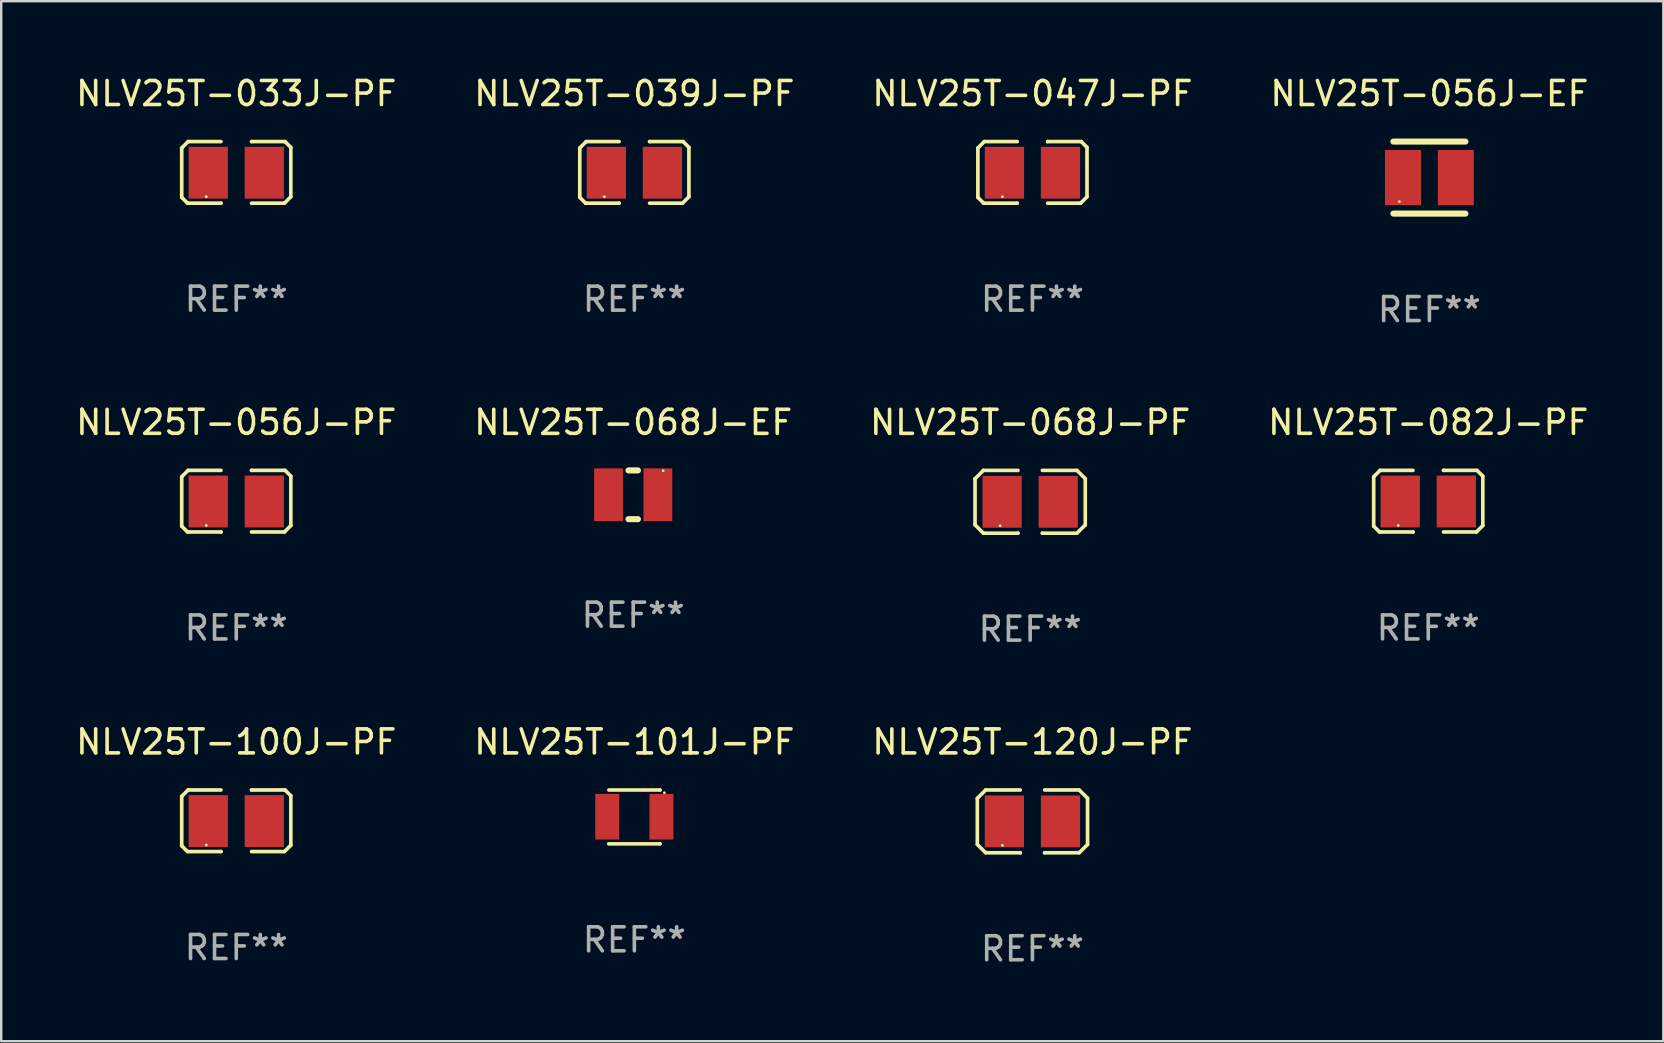
<source format=kicad_pcb>
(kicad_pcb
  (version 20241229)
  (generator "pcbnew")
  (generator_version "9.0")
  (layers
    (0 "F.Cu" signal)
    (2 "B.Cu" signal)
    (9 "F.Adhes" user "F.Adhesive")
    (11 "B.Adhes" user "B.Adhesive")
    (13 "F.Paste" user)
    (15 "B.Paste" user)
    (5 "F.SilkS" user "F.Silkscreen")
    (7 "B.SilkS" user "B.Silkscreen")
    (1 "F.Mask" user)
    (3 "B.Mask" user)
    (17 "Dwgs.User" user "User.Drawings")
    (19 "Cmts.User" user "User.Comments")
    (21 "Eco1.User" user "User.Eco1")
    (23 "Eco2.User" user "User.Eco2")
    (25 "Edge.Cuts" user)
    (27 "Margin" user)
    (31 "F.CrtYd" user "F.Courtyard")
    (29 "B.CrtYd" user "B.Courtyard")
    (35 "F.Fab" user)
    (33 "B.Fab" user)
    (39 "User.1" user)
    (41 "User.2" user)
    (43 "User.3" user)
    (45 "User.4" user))
  (footprint "NLV25T-082J-PF"
    (layer "F.Cu")
    (at 56.446 17.827)
    (property "Reference" "NLV25T-082J-PF" (at 0 -3.283 0) (layer "F.SilkS") (effects (font (size 1 1) (thickness 0.15))))
    (attr through_hole)
    (fp_line (start -2.273 -1.016) (end -2.007 -1.283) (stroke (width 0.152) (type solid)) (layer "F.SilkS"))
    (fp_line (start -2.273 1.041) (end -2.273 -1.016) (stroke (width 0.152) (type solid)) (layer "F.SilkS"))
    (fp_line (start -2.032 1.283) (end -2.273 1.041) (stroke (width 0.152) (type solid)) (layer "F.SilkS"))
    (fp_line (start -2.007 -1.283) (end -0.635 -1.283) (stroke (width 0.152) (type solid)) (layer "F.SilkS"))
    (fp_line (start -0.635 1.283) (end -2.032 1.283) (stroke (width 0.152) (type solid)) (layer "F.SilkS"))
    (fp_line (start -0.635 1.283) (end -0.635 1.283) (stroke (width 0.152) (type solid)) (layer "F.SilkS"))
    (fp_line (start 0.635 -1.283) (end 0.635 -1.283) (stroke (width 0.152) (type solid)) (layer "F.SilkS"))
    (fp_line (start 0.635 -1.283) (end 2.032 -1.283) (stroke (width 0.152) (type solid)) (layer "F.SilkS"))
    (fp_line (start 2.007 1.283) (end 0.635 1.283) (stroke (width 0.152) (type solid)) (layer "F.SilkS"))
    (fp_line (start 2.032 -1.283) (end 2.273 -1.041) (stroke (width 0.152) (type solid)) (layer "F.SilkS"))
    (fp_line (start 2.273 -1.041) (end 2.273 1.016) (stroke (width 0.152) (type solid)) (layer "F.SilkS"))
    (fp_line (start 2.273 1.016) (end 2.007 1.283) (stroke (width 0.152) (type solid)) (layer "F.SilkS"))
    (fp_circle (center -1.25 1.013) (end -1.22 1.013) (stroke (width 0.06) (type solid)) (fill no) (layer "F.SilkS"))
    (fp_text user "REF**" (at 0 5.283 0) (layer "F.Fab") (effects (font (size 1 1) (thickness 0.15))))
    (pad "1" smd rect (at -1.167 0.013) (size 1.635 2.16) (layers "F.Cu" "F.Mask" "F.Paste"))
    (pad "2" smd rect (at 1.168 0.013) (size 1.635 2.16) (layers "F.Cu" "F.Mask" "F.Paste")))
  (footprint "NLV25T-068J-EF"
    (layer "F.Cu")
    (at 23.327 17.561)
    (property "Reference" "NLV25T-068J-EF" (at 0 -3.016 0) (layer "F.SilkS") (effects (font (size 1 1) (thickness 0.15))))
    (attr through_hole)
    (fp_line (start -0.197 1.016) (end 0.197 1.016) (stroke (width 0.254) (type solid)) (layer "F.SilkS"))
    (fp_line (start 0.197 -1.016) (end -0.197 -1.016) (stroke (width 0.254) (type solid)) (layer "F.SilkS"))
    (fp_circle (center 1.25 -1) (end 1.28 -1) (stroke (width 0.06) (type solid)) (fill no) (layer "F.SilkS"))
    (fp_text user "REF**" (at 0 5.016 0) (layer "F.Fab") (effects (font (size 1 1) (thickness 0.15))))
    (pad "1" smd rect (at 1.028 0) (size 1.2 2.2) (layers "F.Cu" "F.Mask" "F.Paste"))
    (pad "2" smd rect (at -1.028 0) (size 1.2 2.2) (layers "F.Cu" "F.Mask" "F.Paste")))
  (footprint "NLV25T-068J-PF"
    (layer "F.Cu")
    (at 39.863 17.853)
    (property "Reference" "NLV25T-068J-PF" (at 0 -3.308 0) (layer "F.SilkS") (effects (font (size 1 1) (thickness 0.15))))
    (attr through_hole)
    (fp_line (start -2.296 -0.96) (end -1.948 -1.308) (stroke (width 0.152) (type solid)) (layer "F.SilkS"))
    (fp_line (start -2.296 0.96) (end -2.296 -0.96) (stroke (width 0.152) (type solid)) (layer "F.SilkS"))
    (fp_line (start -1.948 -1.308) (end -0.508 -1.308) (stroke (width 0.152) (type solid)) (layer "F.SilkS"))
    (fp_line (start -1.948 1.308) (end -2.296 0.96) (stroke (width 0.152) (type solid)) (layer "F.SilkS"))
    (fp_line (start -0.508 1.308) (end -1.948 1.308) (stroke (width 0.152) (type solid)) (layer "F.SilkS"))
    (fp_line (start -0.508 1.308) (end -0.508 1.308) (stroke (width 0.152) (type solid)) (layer "F.SilkS"))
    (fp_line (start 0.508 1.308) (end 0.508 1.308) (stroke (width 0.152) (type solid)) (layer "F.SilkS"))
    (fp_line (start 0.508 1.308) (end 1.948 1.308) (stroke (width 0.152) (type solid)) (layer "F.SilkS"))
    (fp_line (start 1.948 -1.308) (end 0.508 -1.308) (stroke (width 0.152) (type solid)) (layer "F.SilkS"))
    (fp_line (start 1.948 1.308) (end 2.296 0.963) (stroke (width 0.152) (type solid)) (layer "F.SilkS"))
    (fp_line (start 2.296 -0.963) (end 1.948 -1.308) (stroke (width 0.152) (type solid)) (layer "F.SilkS"))
    (fp_line (start 2.296 0.963) (end 2.296 -0.963) (stroke (width 0.152) (type solid)) (layer "F.SilkS"))
    (fp_circle (center -1.25 1) (end -1.22 1) (stroke (width 0.06) (type solid)) (fill no) (layer "F.SilkS"))
    (fp_text user "REF**" (at 0 5.308 0) (layer "F.Fab") (effects (font (size 1 1) (thickness 0.15))))
    (pad "1" smd rect (at -1.168 0.000025) (size 1.635 2.16) (layers "F.Cu" "F.Mask" "F.Paste"))
    (pad "2" smd rect (at 1.168 0.000025) (size 1.635 2.16) (layers "F.Cu" "F.Mask" "F.Paste")))
  (footprint "NLV25T-056J-EF"
    (layer "F.Cu")
    (at 56.494 4.348)
    (property "Reference" "NLV25T-056J-EF" (at 0 -3.5 0) (layer "F.SilkS") (effects (font (size 1 1) (thickness 0.15))))
    (attr through_hole)
    (fp_line (start -1.5 -1.5) (end 1.5 -1.5) (stroke (width 0.254) (type solid)) (layer "F.SilkS"))
    (fp_line (start 1.5 1.5) (end -1.5 1.5) (stroke (width 0.254) (type solid)) (layer "F.SilkS"))
    (fp_circle (center -1.25 1) (end -1.22 1) (stroke (width 0.06) (type solid)) (fill no) (layer "F.SilkS"))
    (fp_text user "REF**" (at 0 5.5 0) (layer "F.Fab") (effects (font (size 1 1) (thickness 0.15))))
    (pad "1" smd rect (at -1.1 0 90) (size 2.3 1.5) (layers "F.Cu" "F.Mask" "F.Paste"))
    (pad "2" smd rect (at 1.1 0 90) (size 2.3 1.5) (layers "F.Cu" "F.Mask" "F.Paste")))
  (footprint "NLV25T-100J-PF"
    (layer "F.Cu")
    (at 6.792 31.14)
    (property "Reference" "NLV25T-100J-PF" (at 0 -3.283 0) (layer "F.SilkS") (effects (font (size 1 1) (thickness 0.15))))
    (attr through_hole)
    (fp_line (start -2.273 -1.016) (end -2.007 -1.283) (stroke (width 0.152) (type solid)) (layer "F.SilkS"))
    (fp_line (start -2.273 1.041) (end -2.273 -1.016) (stroke (width 0.152) (type solid)) (layer "F.SilkS"))
    (fp_line (start -2.032 1.283) (end -2.273 1.041) (stroke (width 0.152) (type solid)) (layer "F.SilkS"))
    (fp_line (start -2.007 -1.283) (end -0.635 -1.283) (stroke (width 0.152) (type solid)) (layer "F.SilkS"))
    (fp_line (start -0.635 1.283) (end -2.032 1.283) (stroke (width 0.152) (type solid)) (layer "F.SilkS"))
    (fp_line (start -0.635 1.283) (end -0.635 1.283) (stroke (width 0.152) (type solid)) (layer "F.SilkS"))
    (fp_line (start 0.635 -1.283) (end 0.635 -1.283) (stroke (width 0.152) (type solid)) (layer "F.SilkS"))
    (fp_line (start 0.635 -1.283) (end 2.032 -1.283) (stroke (width 0.152) (type solid)) (layer "F.SilkS"))
    (fp_line (start 2.007 1.283) (end 0.635 1.283) (stroke (width 0.152) (type solid)) (layer "F.SilkS"))
    (fp_line (start 2.032 -1.283) (end 2.273 -1.041) (stroke (width 0.152) (type solid)) (layer "F.SilkS"))
    (fp_line (start 2.273 -1.041) (end 2.273 1.016) (stroke (width 0.152) (type solid)) (layer "F.SilkS"))
    (fp_line (start 2.273 1.016) (end 2.007 1.283) (stroke (width 0.152) (type solid)) (layer "F.SilkS"))
    (fp_circle (center -1.25 1.013) (end -1.22 1.013) (stroke (width 0.06) (type solid)) (fill no) (layer "F.SilkS"))
    (fp_text user "REF**" (at 0 5.283 0) (layer "F.Fab") (effects (font (size 1 1) (thickness 0.15))))
    (pad "1" smd rect (at -1.167 0.013) (size 1.635 2.16) (layers "F.Cu" "F.Mask" "F.Paste"))
    (pad "2" smd rect (at 1.168 0.013) (size 1.635 2.16) (layers "F.Cu" "F.Mask" "F.Paste")))
  (footprint "NLV25T-047J-PF"
    (layer "F.Cu")
    (at 39.958 4.131)
    (property "Reference" "NLV25T-047J-PF" (at 0 -3.283 0) (layer "F.SilkS") (effects (font (size 1 1) (thickness 0.15))))
    (attr through_hole)
    (fp_line (start -2.273 -1.016) (end -2.007 -1.283) (stroke (width 0.152) (type solid)) (layer "F.SilkS"))
    (fp_line (start -2.273 1.041) (end -2.273 -1.016) (stroke (width 0.152) (type solid)) (layer "F.SilkS"))
    (fp_line (start -2.032 1.283) (end -2.273 1.041) (stroke (width 0.152) (type solid)) (layer "F.SilkS"))
    (fp_line (start -2.007 -1.283) (end -0.635 -1.283) (stroke (width 0.152) (type solid)) (layer "F.SilkS"))
    (fp_line (start -0.635 1.283) (end -2.032 1.283) (stroke (width 0.152) (type solid)) (layer "F.SilkS"))
    (fp_line (start -0.635 1.283) (end -0.635 1.283) (stroke (width 0.152) (type solid)) (layer "F.SilkS"))
    (fp_line (start 0.635 -1.283) (end 0.635 -1.283) (stroke (width 0.152) (type solid)) (layer "F.SilkS"))
    (fp_line (start 0.635 -1.283) (end 2.032 -1.283) (stroke (width 0.152) (type solid)) (layer "F.SilkS"))
    (fp_line (start 2.007 1.283) (end 0.635 1.283) (stroke (width 0.152) (type solid)) (layer "F.SilkS"))
    (fp_line (start 2.032 -1.283) (end 2.273 -1.041) (stroke (width 0.152) (type solid)) (layer "F.SilkS"))
    (fp_line (start 2.273 -1.041) (end 2.273 1.016) (stroke (width 0.152) (type solid)) (layer "F.SilkS"))
    (fp_line (start 2.273 1.016) (end 2.007 1.283) (stroke (width 0.152) (type solid)) (layer "F.SilkS"))
    (fp_circle (center -1.25 1.013) (end -1.22 1.013) (stroke (width 0.06) (type solid)) (fill no) (layer "F.SilkS"))
    (fp_text user "REF**" (at 0 5.283 0) (layer "F.Fab") (effects (font (size 1 1) (thickness 0.15))))
    (pad "1" smd rect (at -1.167 0.013) (size 1.635 2.16) (layers "F.Cu" "F.Mask" "F.Paste"))
    (pad "2" smd rect (at 1.168 0.013) (size 1.635 2.16) (layers "F.Cu" "F.Mask" "F.Paste")))
  (footprint "NLV25T-033J-PF"
    (layer "F.Cu")
    (at 6.792 4.131)
    (property "Reference" "NLV25T-033J-PF" (at 0 -3.283 0) (layer "F.SilkS") (effects (font (size 1 1) (thickness 0.15))))
    (attr through_hole)
    (fp_line (start -2.273 -1.016) (end -2.007 -1.283) (stroke (width 0.152) (type solid)) (layer "F.SilkS"))
    (fp_line (start -2.273 1.041) (end -2.273 -1.016) (stroke (width 0.152) (type solid)) (layer "F.SilkS"))
    (fp_line (start -2.032 1.283) (end -2.273 1.041) (stroke (width 0.152) (type solid)) (layer "F.SilkS"))
    (fp_line (start -2.007 -1.283) (end -0.635 -1.283) (stroke (width 0.152) (type solid)) (layer "F.SilkS"))
    (fp_line (start -0.635 1.283) (end -2.032 1.283) (stroke (width 0.152) (type solid)) (layer "F.SilkS"))
    (fp_line (start -0.635 1.283) (end -0.635 1.283) (stroke (width 0.152) (type solid)) (layer "F.SilkS"))
    (fp_line (start 0.635 -1.283) (end 0.635 -1.283) (stroke (width 0.152) (type solid)) (layer "F.SilkS"))
    (fp_line (start 0.635 -1.283) (end 2.032 -1.283) (stroke (width 0.152) (type solid)) (layer "F.SilkS"))
    (fp_line (start 2.007 1.283) (end 0.635 1.283) (stroke (width 0.152) (type solid)) (layer "F.SilkS"))
    (fp_line (start 2.032 -1.283) (end 2.273 -1.041) (stroke (width 0.152) (type solid)) (layer "F.SilkS"))
    (fp_line (start 2.273 -1.041) (end 2.273 1.016) (stroke (width 0.152) (type solid)) (layer "F.SilkS"))
    (fp_line (start 2.273 1.016) (end 2.007 1.283) (stroke (width 0.152) (type solid)) (layer "F.SilkS"))
    (fp_circle (center -1.25 1.013) (end -1.22 1.013) (stroke (width 0.06) (type solid)) (fill no) (layer "F.SilkS"))
    (fp_text user "REF**" (at 0 5.283 0) (layer "F.Fab") (effects (font (size 1 1) (thickness 0.15))))
    (pad "1" smd rect (at -1.167 0.013) (size 1.635 2.16) (layers "F.Cu" "F.Mask" "F.Paste"))
    (pad "2" smd rect (at 1.168 0.013) (size 1.635 2.16) (layers "F.Cu" "F.Mask" "F.Paste")))
  (footprint "NLV25T-056J-PF"
    (layer "F.Cu")
    (at 6.792 17.827)
    (property "Reference" "NLV25T-056J-PF" (at 0 -3.283 0) (layer "F.SilkS") (effects (font (size 1 1) (thickness 0.15))))
    (attr through_hole)
    (fp_line (start -2.273 -1.016) (end -2.007 -1.283) (stroke (width 0.152) (type solid)) (layer "F.SilkS"))
    (fp_line (start -2.273 1.041) (end -2.273 -1.016) (stroke (width 0.152) (type solid)) (layer "F.SilkS"))
    (fp_line (start -2.032 1.283) (end -2.273 1.041) (stroke (width 0.152) (type solid)) (layer "F.SilkS"))
    (fp_line (start -2.007 -1.283) (end -0.635 -1.283) (stroke (width 0.152) (type solid)) (layer "F.SilkS"))
    (fp_line (start -0.635 1.283) (end -2.032 1.283) (stroke (width 0.152) (type solid)) (layer "F.SilkS"))
    (fp_line (start -0.635 1.283) (end -0.635 1.283) (stroke (width 0.152) (type solid)) (layer "F.SilkS"))
    (fp_line (start 0.635 -1.283) (end 0.635 -1.283) (stroke (width 0.152) (type solid)) (layer "F.SilkS"))
    (fp_line (start 0.635 -1.283) (end 2.032 -1.283) (stroke (width 0.152) (type solid)) (layer "F.SilkS"))
    (fp_line (start 2.007 1.283) (end 0.635 1.283) (stroke (width 0.152) (type solid)) (layer "F.SilkS"))
    (fp_line (start 2.032 -1.283) (end 2.273 -1.041) (stroke (width 0.152) (type solid)) (layer "F.SilkS"))
    (fp_line (start 2.273 -1.041) (end 2.273 1.016) (stroke (width 0.152) (type solid)) (layer "F.SilkS"))
    (fp_line (start 2.273 1.016) (end 2.007 1.283) (stroke (width 0.152) (type solid)) (layer "F.SilkS"))
    (fp_circle (center -1.25 1.013) (end -1.22 1.013) (stroke (width 0.06) (type solid)) (fill no) (layer "F.SilkS"))
    (fp_text user "REF**" (at 0 5.283 0) (layer "F.Fab") (effects (font (size 1 1) (thickness 0.15))))
    (pad "1" smd rect (at -1.167 0.013) (size 1.635 2.16) (layers "F.Cu" "F.Mask" "F.Paste"))
    (pad "2" smd rect (at 1.168 0.013) (size 1.635 2.16) (layers "F.Cu" "F.Mask" "F.Paste")))
  (footprint "NLV25T-039J-PF"
    (layer "F.Cu")
    (at 23.375 4.131)
    (property "Reference" "NLV25T-039J-PF" (at 0 -3.283 0) (layer "F.SilkS") (effects (font (size 1 1) (thickness 0.15))))
    (attr through_hole)
    (fp_line (start -2.273 -1.016) (end -2.007 -1.283) (stroke (width 0.152) (type solid)) (layer "F.SilkS"))
    (fp_line (start -2.273 1.041) (end -2.273 -1.016) (stroke (width 0.152) (type solid)) (layer "F.SilkS"))
    (fp_line (start -2.032 1.283) (end -2.273 1.041) (stroke (width 0.152) (type solid)) (layer "F.SilkS"))
    (fp_line (start -2.007 -1.283) (end -0.635 -1.283) (stroke (width 0.152) (type solid)) (layer "F.SilkS"))
    (fp_line (start -0.635 1.283) (end -2.032 1.283) (stroke (width 0.152) (type solid)) (layer "F.SilkS"))
    (fp_line (start -0.635 1.283) (end -0.635 1.283) (stroke (width 0.152) (type solid)) (layer "F.SilkS"))
    (fp_line (start 0.635 -1.283) (end 0.635 -1.283) (stroke (width 0.152) (type solid)) (layer "F.SilkS"))
    (fp_line (start 0.635 -1.283) (end 2.032 -1.283) (stroke (width 0.152) (type solid)) (layer "F.SilkS"))
    (fp_line (start 2.007 1.283) (end 0.635 1.283) (stroke (width 0.152) (type solid)) (layer "F.SilkS"))
    (fp_line (start 2.032 -1.283) (end 2.273 -1.041) (stroke (width 0.152) (type solid)) (layer "F.SilkS"))
    (fp_line (start 2.273 -1.041) (end 2.273 1.016) (stroke (width 0.152) (type solid)) (layer "F.SilkS"))
    (fp_line (start 2.273 1.016) (end 2.007 1.283) (stroke (width 0.152) (type solid)) (layer "F.SilkS"))
    (fp_circle (center -1.25 1.013) (end -1.22 1.013) (stroke (width 0.06) (type solid)) (fill no) (layer "F.SilkS"))
    (fp_text user "REF**" (at 0 5.283 0) (layer "F.Fab") (effects (font (size 1 1) (thickness 0.15))))
    (pad "1" smd rect (at -1.167 0.013) (size 1.635 2.16) (layers "F.Cu" "F.Mask" "F.Paste"))
    (pad "2" smd rect (at 1.168 0.013) (size 1.635 2.16) (layers "F.Cu" "F.Mask" "F.Paste")))
  (footprint "NLV25T-101J-PF"
    (layer "F.Cu")
    (at 23.375 30.98)
    (property "Reference" "NLV25T-101J-PF" (at 0 -3.122 0) (layer "F.SilkS") (effects (font (size 1 1) (thickness 0.15))))
    (attr through_hole)
    (fp_line (start -1.069 1.122) (end 1.063 1.122) (stroke (width 0.15) (type solid)) (layer "F.SilkS"))
    (fp_line (start -1.063 -1.12) (end 1.069 -1.12) (stroke (width 0.15) (type solid)) (layer "F.SilkS"))
    (fp_line (start 1.063 1.122) (end 1.069 1.115) (stroke (width 0.15) (type solid)) (layer "F.SilkS"))
    (fp_line (start 1.069 -1.12) (end 1.066 -1.122) (stroke (width 0.15) (type solid)) (layer "F.SilkS"))
    (fp_circle (center 1.25 -1.008) (end 1.28 -1.008) (stroke (width 0.06) (type solid)) (fill no) (layer "F.SilkS"))
    (fp_text user "REF**" (at 0 5.122 0) (layer "F.Fab") (effects (font (size 1 1) (thickness 0.15))))
    (pad "1" smd rect (at 1.128 -0.008) (size 1 1.9) (layers "F.Cu" "F.Mask" "F.Paste"))
    (pad "2" smd rect (at -1.128 -0.008) (size 1 1.9) (layers "F.Cu" "F.Mask" "F.Paste")))
  (footprint "NLV25T-120J-PF"
    (layer "F.Cu")
    (at 39.958 31.166)
    (property "Reference" "NLV25T-120J-PF" (at 0 -3.308 0) (layer "F.SilkS") (effects (font (size 1 1) (thickness 0.15))))
    (attr through_hole)
    (fp_line (start -2.296 -0.96) (end -1.948 -1.308) (stroke (width 0.152) (type solid)) (layer "F.SilkS"))
    (fp_line (start -2.296 0.96) (end -2.296 -0.96) (stroke (width 0.152) (type solid)) (layer "F.SilkS"))
    (fp_line (start -1.948 -1.308) (end -0.508 -1.308) (stroke (width 0.152) (type solid)) (layer "F.SilkS"))
    (fp_line (start -1.948 1.308) (end -2.296 0.96) (stroke (width 0.152) (type solid)) (layer "F.SilkS"))
    (fp_line (start -0.508 1.308) (end -1.948 1.308) (stroke (width 0.152) (type solid)) (layer "F.SilkS"))
    (fp_line (start -0.508 1.308) (end -0.508 1.308) (stroke (width 0.152) (type solid)) (layer "F.SilkS"))
    (fp_line (start 0.508 1.308) (end 0.508 1.308) (stroke (width 0.152) (type solid)) (layer "F.SilkS"))
    (fp_line (start 0.508 1.308) (end 1.948 1.308) (stroke (width 0.152) (type solid)) (layer "F.SilkS"))
    (fp_line (start 1.948 -1.308) (end 0.508 -1.308) (stroke (width 0.152) (type solid)) (layer "F.SilkS"))
    (fp_line (start 1.948 1.308) (end 2.296 0.963) (stroke (width 0.152) (type solid)) (layer "F.SilkS"))
    (fp_line (start 2.296 -0.963) (end 1.948 -1.308) (stroke (width 0.152) (type solid)) (layer "F.SilkS"))
    (fp_line (start 2.296 0.963) (end 2.296 -0.963) (stroke (width 0.152) (type solid)) (layer "F.SilkS"))
    (fp_circle (center -1.25 1) (end -1.22 1) (stroke (width 0.06) (type solid)) (fill no) (layer "F.SilkS"))
    (fp_text user "REF**" (at 0 5.308 0) (layer "F.Fab") (effects (font (size 1 1) (thickness 0.15))))
    (pad "1" smd rect (at -1.168 0.000025) (size 1.635 2.16) (layers "F.Cu" "F.Mask" "F.Paste"))
    (pad "2" smd rect (at 1.168 0.000025) (size 1.635 2.16) (layers "F.Cu" "F.Mask" "F.Paste")))
  (gr_rect
    (start -3 -3)
    (end 66.238 40.322)
    (stroke (width 0.1) (type default))
    (fill no)
    (layer "Edge.Cuts")))
</source>
